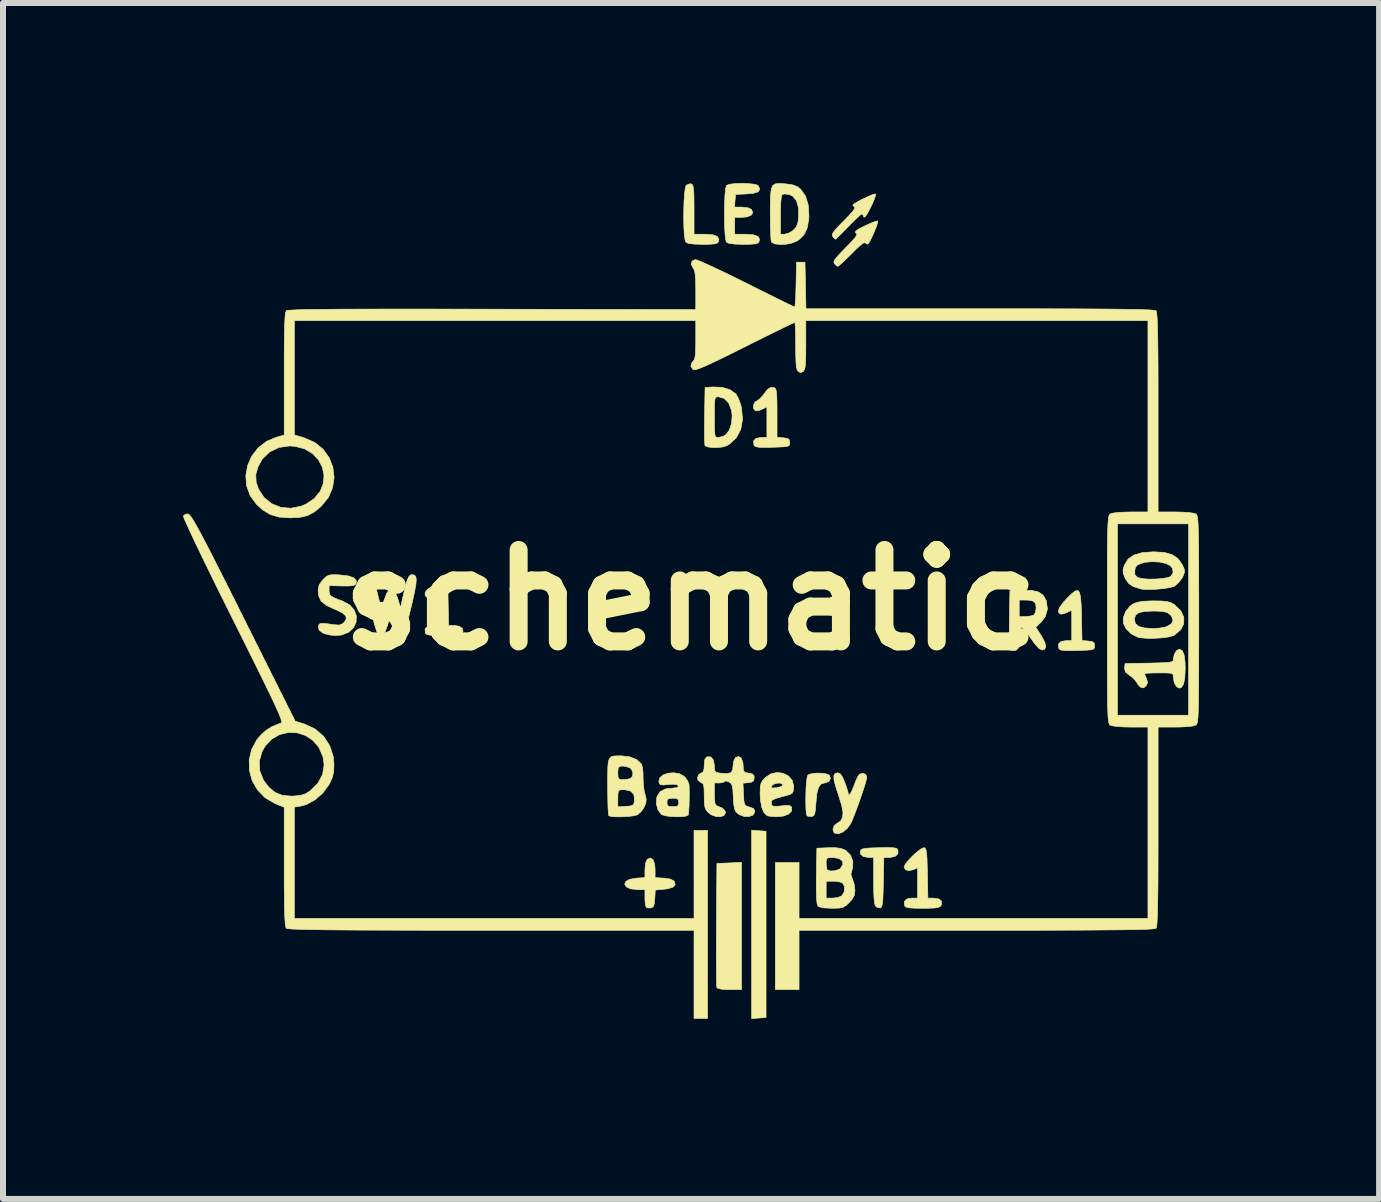
<source format=kicad_pcb>
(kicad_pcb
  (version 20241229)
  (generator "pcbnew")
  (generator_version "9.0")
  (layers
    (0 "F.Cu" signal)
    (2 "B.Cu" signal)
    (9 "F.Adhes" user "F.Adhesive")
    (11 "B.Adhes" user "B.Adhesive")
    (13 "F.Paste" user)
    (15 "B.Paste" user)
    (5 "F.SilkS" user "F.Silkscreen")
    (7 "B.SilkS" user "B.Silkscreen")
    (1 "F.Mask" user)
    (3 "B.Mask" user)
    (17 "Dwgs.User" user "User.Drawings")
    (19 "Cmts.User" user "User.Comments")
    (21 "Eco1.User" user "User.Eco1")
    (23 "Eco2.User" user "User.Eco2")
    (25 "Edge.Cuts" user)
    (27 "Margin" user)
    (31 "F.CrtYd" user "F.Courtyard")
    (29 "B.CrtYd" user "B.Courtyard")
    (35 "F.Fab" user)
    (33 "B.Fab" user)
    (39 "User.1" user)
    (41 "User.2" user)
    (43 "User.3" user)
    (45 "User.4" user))
  (footprint "schematic"
    (layer "F.Cu")
    (at 8.459 6.949)
    (property "Reference" "schematic" (at 0 0 0) (layer "F.SilkS") (effects (font (size 1.524 1.524) (thickness 0.3))))
    (attr through_hole)
    (fp_poly (pts (xy 1.136 3.844) (xy 1.256 3.852) (xy 1.256 6.957) (xy 1.136 6.965) (xy 1.016 6.974) (xy 1.016 3.835) (xy 1.136 3.844)) (stroke (width 0.01) (type solid)) (fill yes) (layer "F.SilkS"))
    (fp_poly (pts (xy 0.847 6.491) (xy 0.648 6.491) (xy 0.523 6.486) (xy 0.453 6.47) (xy 0.436 6.456) (xy 0.433 6.42) (xy 0.431 6.335) (xy 0.429 6.206) (xy 0.428 6.041) (xy 0.428 5.845) (xy 0.429 5.627) (xy 0.43 5.404) (xy 0.437 4.389) (xy 0.847 4.372) (xy 0.847 6.491)) (stroke (width 0.01) (type solid)) (fill yes) (layer "F.SilkS"))
    (fp_poly (pts (xy 2.194 2.886) (xy 2.273 2.9) (xy 2.314 2.921) (xy 2.329 2.974) (xy 2.302 3.022) (xy 2.243 3.047) (xy 2.23 3.048) (xy 2.172 3.065) (xy 2.131 3.12) (xy 2.104 3.218) (xy 2.089 3.367) (xy 2.088 3.37) (xy 2.08 3.484) (xy 2.069 3.553) (xy 2.053 3.59) (xy 2.028 3.604) (xy 2.017 3.607) (xy 1.961 3.605) (xy 1.939 3.595) (xy 1.927 3.555) (xy 1.92 3.474) (xy 1.918 3.366) (xy 1.919 3.245) (xy 1.923 3.125) (xy 1.931 3.021) (xy 1.942 2.946) (xy 1.954 2.915) (xy 2.013 2.893) (xy 2.1 2.884) (xy 2.194 2.886)) (stroke (width 0.01) (type solid)) (fill yes) (layer "F.SilkS"))
    (fp_poly (pts (xy 0.014 -6.933) (xy 0.031 -6.917) (xy 0.043 -6.881) (xy 0.051 -6.816) (xy 0.055 -6.714) (xy 0.056 -6.566) (xy 0.056 -6.506) (xy 0.056 -6.096) (xy 0.236 -6.096) (xy 0.366 -6.087) (xy 0.443 -6.06) (xy 0.471 -6.014) (xy 0.463 -5.973) (xy 0.444 -5.95) (xy 0.402 -5.936) (xy 0.326 -5.929) (xy 0.205 -5.927) (xy 0.2 -5.927) (xy 0.064 -5.931) (xy -0.032 -5.942) (xy -0.079 -5.961) (xy -0.094 -6.004) (xy -0.106 -6.091) (xy -0.113 -6.21) (xy -0.116 -6.348) (xy -0.115 -6.493) (xy -0.111 -6.634) (xy -0.103 -6.758) (xy -0.091 -6.854) (xy -0.076 -6.908) (xy -0.071 -6.914) (xy -0.016 -6.936) (xy 0.014 -6.933)) (stroke (width 0.01) (type solid)) (fill yes) (layer "F.SilkS"))
    (fp_poly (pts (xy 3.362 4.126) (xy 3.416 4.134) (xy 3.444 4.149) (xy 3.454 4.165) (xy 3.454 4.227) (xy 3.407 4.271) (xy 3.323 4.29) (xy 3.313 4.29) (xy 3.219 4.29) (xy 3.211 4.706) (xy 3.207 4.871) (xy 3.202 4.988) (xy 3.194 5.064) (xy 3.183 5.108) (xy 3.168 5.127) (xy 3.16 5.13) (xy 3.104 5.119) (xy 3.083 5.103) (xy 3.067 5.063) (xy 3.056 4.977) (xy 3.05 4.841) (xy 3.048 4.679) (xy 3.048 4.29) (xy 2.97 4.289) (xy 2.878 4.275) (xy 2.83 4.233) (xy 2.827 4.188) (xy 2.837 4.164) (xy 2.863 4.148) (xy 2.915 4.137) (xy 3.004 4.131) (xy 3.137 4.127) (xy 3.272 4.124) (xy 3.362 4.126)) (stroke (width 0.01) (type solid)) (fill yes) (layer "F.SilkS"))
    (fp_poly (pts (xy 6.479 -0.127) (xy 6.497 -0.05) (xy 6.507 0.076) (xy 6.513 0.253) (xy 6.513 0.277) (xy 6.521 0.674) (xy 6.626 0.683) (xy 6.696 0.694) (xy 6.725 0.719) (xy 6.731 0.762) (xy 6.729 0.794) (xy 6.717 0.814) (xy 6.684 0.827) (xy 6.62 0.834) (xy 6.515 0.838) (xy 6.441 0.841) (xy 6.306 0.843) (xy 6.218 0.84) (xy 6.166 0.832) (xy 6.14 0.815) (xy 6.135 0.805) (xy 6.128 0.735) (xy 6.17 0.691) (xy 6.25 0.677) (xy 6.35 0.677) (xy 6.35 0.168) (xy 6.272 0.207) (xy 6.206 0.231) (xy 6.16 0.234) (xy 6.126 0.199) (xy 6.141 0.136) (xy 6.205 0.044) (xy 6.27 -0.027) (xy 6.349 -0.105) (xy 6.408 -0.151) (xy 6.45 -0.159) (xy 6.479 -0.127)) (stroke (width 0.01) (type solid)) (fill yes) (layer "F.SilkS"))
    (fp_poly (pts (xy -0.626 4.328) (xy -0.599 4.403) (xy -0.593 4.489) (xy -0.593 4.625) (xy -0.447 4.634) (xy -0.339 4.649) (xy -0.279 4.681) (xy -0.272 4.691) (xy -0.258 4.746) (xy -0.296 4.785) (xy -0.387 4.812) (xy -0.449 4.819) (xy -0.59 4.833) (xy -0.598 4.978) (xy -0.607 5.065) (xy -0.624 5.111) (xy -0.656 5.129) (xy -0.664 5.131) (xy -0.72 5.129) (xy -0.742 5.119) (xy -0.754 5.081) (xy -0.761 5.007) (xy -0.762 4.962) (xy -0.762 4.826) (xy -0.884 4.826) (xy -0.999 4.813) (xy -1.072 4.779) (xy -1.099 4.735) (xy -1.08 4.689) (xy -1.015 4.653) (xy -0.907 4.634) (xy -0.762 4.625) (xy -0.762 4.489) (xy -0.752 4.384) (xy -0.724 4.322) (xy -0.72 4.318) (xy -0.667 4.298) (xy -0.626 4.328)) (stroke (width 0.01) (type solid)) (fill yes) (layer "F.SilkS"))
    (fp_poly (pts (xy 3.118 -6.317) (xy 3.115 -6.286) (xy 3.092 -6.218) (xy 3.055 -6.125) (xy 3.044 -6.101) (xy 2.997 -6) (xy 2.965 -5.945) (xy 2.942 -5.929) (xy 2.924 -5.942) (xy 2.904 -5.955) (xy 2.873 -5.946) (xy 2.824 -5.909) (xy 2.749 -5.839) (xy 2.682 -5.772) (xy 2.594 -5.685) (xy 2.52 -5.615) (xy 2.469 -5.571) (xy 2.452 -5.56) (xy 2.421 -5.579) (xy 2.398 -5.604) (xy 2.386 -5.628) (xy 2.395 -5.661) (xy 2.43 -5.709) (xy 2.496 -5.782) (xy 2.581 -5.869) (xy 2.677 -5.967) (xy 2.737 -6.035) (xy 2.765 -6.078) (xy 2.767 -6.104) (xy 2.754 -6.115) (xy 2.741 -6.133) (xy 2.762 -6.158) (xy 2.824 -6.196) (xy 2.906 -6.237) (xy 3.001 -6.28) (xy 3.075 -6.309) (xy 3.115 -6.318) (xy 3.118 -6.317)) (stroke (width 0.01) (type solid)) (fill yes) (layer "F.SilkS"))
    (fp_poly (pts (xy 3.079 -6.768) (xy 3.079 -6.74) (xy 3.058 -6.675) (xy 3.019 -6.584) (xy 3.001 -6.547) (xy 2.946 -6.443) (xy 2.908 -6.387) (xy 2.888 -6.381) (xy 2.886 -6.385) (xy 2.866 -6.427) (xy 2.853 -6.435) (xy 2.826 -6.416) (xy 2.769 -6.364) (xy 2.691 -6.289) (xy 2.627 -6.223) (xy 2.541 -6.136) (xy 2.472 -6.066) (xy 2.426 -6.022) (xy 2.414 -6.011) (xy 2.392 -6.03) (xy 2.369 -6.055) (xy 2.358 -6.08) (xy 2.367 -6.112) (xy 2.402 -6.161) (xy 2.467 -6.233) (xy 2.552 -6.319) (xy 2.647 -6.417) (xy 2.706 -6.483) (xy 2.734 -6.525) (xy 2.735 -6.549) (xy 2.719 -6.56) (xy 2.702 -6.576) (xy 2.72 -6.599) (xy 2.78 -6.637) (xy 2.86 -6.679) (xy 2.955 -6.724) (xy 3.032 -6.756) (xy 3.076 -6.768) (xy 3.079 -6.768)) (stroke (width 0.01) (type solid)) (fill yes) (layer "F.SilkS"))
    (fp_poly (pts (xy 3.89 4.126) (xy 3.909 4.136) (xy 3.922 4.164) (xy 3.931 4.217) (xy 3.938 4.305) (xy 3.942 4.435) (xy 3.945 4.551) (xy 3.953 4.967) (xy 4.045 4.967) (xy 4.136 4.981) (xy 4.182 5.018) (xy 4.179 5.075) (xy 4.175 5.084) (xy 4.155 5.108) (xy 4.12 5.124) (xy 4.058 5.132) (xy 3.958 5.136) (xy 3.865 5.136) (xy 3.73 5.135) (xy 3.642 5.129) (xy 3.591 5.117) (xy 3.568 5.098) (xy 3.566 5.094) (xy 3.56 5.024) (xy 3.603 4.981) (xy 3.682 4.967) (xy 3.782 4.967) (xy 3.782 4.46) (xy 3.713 4.492) (xy 3.637 4.51) (xy 3.579 4.494) (xy 3.556 4.448) (xy 3.556 4.447) (xy 3.576 4.403) (xy 3.627 4.338) (xy 3.696 4.266) (xy 3.771 4.198) (xy 3.838 4.148) (xy 3.885 4.126) (xy 3.89 4.126)) (stroke (width 0.01) (type solid)) (fill yes) (layer "F.SilkS"))
    (fp_poly (pts (xy -4.106 -0.417) (xy -4.084 -0.411) (xy -4.069 -0.393) (xy -4.058 -0.356) (xy -4.051 -0.29) (xy -4.046 -0.186) (xy -4.043 -0.038) (xy -4.042 0.007) (xy -4.034 0.423) (xy -3.94 0.423) (xy -3.855 0.437) (xy -3.803 0.473) (xy -3.794 0.522) (xy -3.81 0.55) (xy -3.842 0.571) (xy -3.902 0.584) (xy -4.001 0.591) (xy -4.125 0.593) (xy -4.259 0.591) (xy -4.346 0.585) (xy -4.396 0.573) (xy -4.419 0.554) (xy -4.421 0.55) (xy -4.427 0.481) (xy -4.384 0.437) (xy -4.305 0.423) (xy -4.205 0.423) (xy -4.205 -0.083) (xy -4.274 -0.052) (xy -4.342 -0.034) (xy -4.387 -0.038) (xy -4.425 -0.076) (xy -4.424 -0.129) (xy -4.386 -0.178) (xy -4.366 -0.19) (xy -4.31 -0.232) (xy -4.248 -0.3) (xy -4.232 -0.322) (xy -4.167 -0.396) (xy -4.109 -0.417) (xy -4.106 -0.417)) (stroke (width 0.01) (type solid)) (fill yes) (layer "F.SilkS"))
    (fp_poly (pts (xy 1.394 -3.539) (xy 1.397 -3.538) (xy 1.414 -3.522) (xy 1.426 -3.485) (xy 1.434 -3.419) (xy 1.438 -3.314) (xy 1.439 -3.164) (xy 1.439 -3.117) (xy 1.439 -2.713) (xy 1.545 -2.704) (xy 1.615 -2.693) (xy 1.645 -2.668) (xy 1.651 -2.625) (xy 1.649 -2.593) (xy 1.637 -2.572) (xy 1.604 -2.56) (xy 1.54 -2.553) (xy 1.435 -2.548) (xy 1.361 -2.546) (xy 1.226 -2.544) (xy 1.138 -2.546) (xy 1.086 -2.555) (xy 1.06 -2.571) (xy 1.055 -2.581) (xy 1.048 -2.652) (xy 1.09 -2.695) (xy 1.17 -2.709) (xy 1.27 -2.709) (xy 1.27 -3.219) (xy 1.192 -3.18) (xy 1.126 -3.155) (xy 1.079 -3.153) (xy 1.049 -3.189) (xy 1.046 -3.245) (xy 1.07 -3.297) (xy 1.098 -3.315) (xy 1.147 -3.348) (xy 1.204 -3.41) (xy 1.218 -3.43) (xy 1.282 -3.51) (xy 1.337 -3.544) (xy 1.394 -3.539)) (stroke (width 0.01) (type solid)) (fill yes) (layer "F.SilkS"))
    (fp_poly (pts (xy 2.492 2.895) (xy 2.53 2.949) (xy 2.566 3.035) (xy 2.598 3.123) (xy 2.619 3.191) (xy 2.625 3.218) (xy 2.633 3.25) (xy 2.656 3.235) (xy 2.687 3.18) (xy 2.722 3.092) (xy 2.722 3.09) (xy 2.757 3) (xy 2.792 2.93) (xy 2.813 2.903) (xy 2.868 2.885) (xy 2.917 2.907) (xy 2.935 2.955) (xy 2.925 3.002) (xy 2.9 3.089) (xy 2.863 3.203) (xy 2.819 3.331) (xy 2.773 3.461) (xy 2.728 3.58) (xy 2.69 3.675) (xy 2.667 3.725) (xy 2.608 3.807) (xy 2.535 3.866) (xy 2.461 3.895) (xy 2.4 3.885) (xy 2.389 3.876) (xy 2.37 3.822) (xy 2.39 3.762) (xy 2.436 3.723) (xy 2.498 3.682) (xy 2.532 3.623) (xy 2.538 3.538) (xy 2.516 3.421) (xy 2.467 3.262) (xy 2.463 3.249) (xy 2.414 3.099) (xy 2.388 2.994) (xy 2.386 2.926) (xy 2.406 2.89) (xy 2.449 2.879) (xy 2.452 2.879) (xy 2.492 2.895)) (stroke (width 0.01) (type solid)) (fill yes) (layer "F.SilkS"))
    (fp_poly (pts (xy 0.947 -6.941) (xy 1.044 -6.931) (xy 1.11 -6.915) (xy 1.126 -6.904) (xy 1.153 -6.847) (xy 1.126 -6.805) (xy 1.046 -6.778) (xy 0.936 -6.768) (xy 0.748 -6.759) (xy 0.739 -6.653) (xy 0.73 -6.548) (xy 0.856 -6.548) (xy 0.953 -6.537) (xy 1.013 -6.509) (xy 1.016 -6.505) (xy 1.035 -6.453) (xy 1.005 -6.411) (xy 0.932 -6.384) (xy 0.857 -6.378) (xy 0.734 -6.378) (xy 0.734 -6.096) (xy 0.914 -6.096) (xy 1.043 -6.087) (xy 1.12 -6.06) (xy 1.148 -6.014) (xy 1.14 -5.973) (xy 1.122 -5.95) (xy 1.08 -5.936) (xy 1.003 -5.929) (xy 0.882 -5.927) (xy 0.878 -5.927) (xy 0.741 -5.931) (xy 0.646 -5.942) (xy 0.598 -5.961) (xy 0.585 -6.002) (xy 0.574 -6.088) (xy 0.567 -6.205) (xy 0.563 -6.343) (xy 0.563 -6.488) (xy 0.566 -6.629) (xy 0.572 -6.753) (xy 0.582 -6.848) (xy 0.594 -6.903) (xy 0.598 -6.909) (xy 0.646 -6.928) (xy 0.731 -6.939) (xy 0.837 -6.944) (xy 0.947 -6.941)) (stroke (width 0.01) (type solid)) (fill yes) (layer "F.SilkS"))
    (fp_poly (pts (xy 0.521 -3.545) (xy 0.653 -3.506) (xy 0.748 -3.439) (xy 0.759 -3.427) (xy 0.797 -3.357) (xy 0.832 -3.26) (xy 0.847 -3.202) (xy 0.864 -3.011) (xy 0.835 -2.844) (xy 0.761 -2.704) (xy 0.645 -2.597) (xy 0.602 -2.572) (xy 0.534 -2.551) (xy 0.445 -2.541) (xy 0.354 -2.542) (xy 0.28 -2.553) (xy 0.24 -2.574) (xy 0.238 -2.576) (xy 0.234 -2.616) (xy 0.231 -2.701) (xy 0.23 -2.822) (xy 0.231 -2.969) (xy 0.232 -3.048) (xy 0.395 -3.048) (xy 0.395 -2.905) (xy 0.398 -2.81) (xy 0.404 -2.752) (xy 0.415 -2.722) (xy 0.434 -2.711) (xy 0.463 -2.709) (xy 0.536 -2.727) (xy 0.591 -2.759) (xy 0.647 -2.836) (xy 0.682 -2.947) (xy 0.691 -3.076) (xy 0.679 -3.168) (xy 0.633 -3.283) (xy 0.56 -3.358) (xy 0.467 -3.387) (xy 0.463 -3.387) (xy 0.434 -3.385) (xy 0.415 -3.374) (xy 0.404 -3.344) (xy 0.398 -3.286) (xy 0.395 -3.19) (xy 0.395 -3.048) (xy 0.232 -3.048) (xy 0.232 -3.077) (xy 0.24 -3.542) (xy 0.367 -3.551) (xy 0.521 -3.545)) (stroke (width 0.01) (type solid)) (fill yes) (layer "F.SilkS"))
    (fp_poly (pts (xy 1.546 -6.938) (xy 1.584 -6.935) (xy 1.697 -6.919) (xy 1.775 -6.89) (xy 1.834 -6.844) (xy 1.914 -6.731) (xy 1.96 -6.58) (xy 1.971 -6.4) (xy 1.968 -6.348) (xy 1.942 -6.199) (xy 1.89 -6.089) (xy 1.805 -6.005) (xy 1.769 -5.982) (xy 1.689 -5.949) (xy 1.59 -5.929) (xy 1.49 -5.925) (xy 1.405 -5.934) (xy 1.351 -5.959) (xy 1.344 -5.971) (xy 1.338 -6.014) (xy 1.333 -6.102) (xy 1.329 -6.225) (xy 1.327 -6.371) (xy 1.327 -6.419) (xy 1.496 -6.419) (xy 1.496 -6.096) (xy 1.565 -6.096) (xy 1.633 -6.114) (xy 1.706 -6.158) (xy 1.71 -6.162) (xy 1.759 -6.216) (xy 1.786 -6.286) (xy 1.799 -6.381) (xy 1.797 -6.535) (xy 1.763 -6.654) (xy 1.701 -6.731) (xy 1.64 -6.758) (xy 1.57 -6.767) (xy 1.525 -6.76) (xy 1.512 -6.725) (xy 1.503 -6.642) (xy 1.497 -6.523) (xy 1.496 -6.419) (xy 1.327 -6.419) (xy 1.326 -6.448) (xy 1.327 -6.629) (xy 1.332 -6.76) (xy 1.344 -6.85) (xy 1.367 -6.906) (xy 1.406 -6.934) (xy 1.465 -6.942) (xy 1.546 -6.938)) (stroke (width 0.01) (type solid)) (fill yes) (layer "F.SilkS"))
    (fp_poly (pts (xy 7.846 0.016) (xy 7.933 0.024) (xy 7.995 0.04) (xy 8.048 0.068) (xy 8.065 0.08) (xy 8.167 0.179) (xy 8.218 0.287) (xy 8.216 0.396) (xy 8.164 0.497) (xy 8.061 0.583) (xy 8.046 0.591) (xy 7.974 0.613) (xy 7.866 0.629) (xy 7.738 0.637) (xy 7.61 0.638) (xy 7.501 0.629) (xy 7.451 0.619) (xy 7.343 0.565) (xy 7.256 0.479) (xy 7.209 0.384) (xy 7.21 0.325) (xy 7.394 0.325) (xy 7.411 0.393) (xy 7.465 0.439) (xy 7.562 0.465) (xy 7.705 0.475) (xy 7.81 0.468) (xy 7.911 0.449) (xy 7.93 0.443) (xy 8.01 0.397) (xy 8.038 0.336) (xy 8.012 0.268) (xy 7.985 0.238) (xy 7.941 0.209) (xy 7.88 0.192) (xy 7.788 0.185) (xy 7.706 0.183) (xy 7.563 0.19) (xy 7.469 0.21) (xy 7.415 0.249) (xy 7.395 0.308) (xy 7.394 0.325) (xy 7.21 0.325) (xy 7.211 0.289) (xy 7.251 0.188) (xy 7.321 0.102) (xy 7.371 0.065) (xy 7.44 0.038) (xy 7.53 0.021) (xy 7.657 0.015) (xy 7.719 0.014) (xy 7.846 0.016)) (stroke (width 0.01) (type solid)) (fill yes) (layer "F.SilkS"))
    (fp_poly (pts (xy 8.189 0.841) (xy 8.221 0.91) (xy 8.238 1.029) (xy 8.241 1.143) (xy 8.234 1.298) (xy 8.213 1.402) (xy 8.177 1.457) (xy 8.142 1.468) (xy 8.095 1.442) (xy 8.059 1.378) (xy 8.043 1.291) (xy 8.043 1.286) (xy 8.041 1.251) (xy 8.028 1.23) (xy 7.992 1.218) (xy 7.922 1.214) (xy 7.807 1.214) (xy 7.803 1.214) (xy 7.695 1.215) (xy 7.612 1.219) (xy 7.568 1.224) (xy 7.564 1.226) (xy 7.574 1.259) (xy 7.596 1.31) (xy 7.614 1.375) (xy 7.594 1.423) (xy 7.592 1.424) (xy 7.549 1.463) (xy 7.507 1.456) (xy 7.49 1.446) (xy 7.453 1.406) (xy 7.426 1.363) (xy 7.379 1.306) (xy 7.311 1.252) (xy 7.308 1.251) (xy 7.247 1.201) (xy 7.23 1.145) (xy 7.231 1.129) (xy 7.239 1.058) (xy 7.641 1.051) (xy 7.799 1.047) (xy 7.909 1.043) (xy 7.98 1.036) (xy 8.02 1.027) (xy 8.039 1.012) (xy 8.043 0.991) (xy 8.043 0.985) (xy 8.058 0.907) (xy 8.095 0.844) (xy 8.141 0.818) (xy 8.142 0.818) (xy 8.189 0.841)) (stroke (width 0.01) (type solid)) (fill yes) (layer "F.SilkS"))
    (fp_poly (pts (xy -5.881 -0.421) (xy -5.841 -0.418) (xy -5.698 -0.401) (xy -5.607 -0.367) (xy -5.57 -0.317) (xy -5.575 -0.275) (xy -5.595 -0.252) (xy -5.639 -0.239) (xy -5.718 -0.234) (xy -5.809 -0.235) (xy -6.025 -0.24) (xy -6.025 -0.158) (xy -6.021 -0.11) (xy -6.002 -0.075) (xy -5.957 -0.044) (xy -5.875 -0.01) (xy -5.804 0.015) (xy -5.683 0.08) (xy -5.605 0.168) (xy -5.57 0.268) (xy -5.575 0.369) (xy -5.619 0.462) (xy -5.7 0.537) (xy -5.815 0.582) (xy -5.911 0.592) (xy -6.013 0.582) (xy -6.104 0.56) (xy -6.133 0.547) (xy -6.193 0.499) (xy -6.204 0.443) (xy -6.195 0.41) (xy -6.175 0.393) (xy -6.13 0.388) (xy -6.051 0.395) (xy -5.94 0.411) (xy -5.858 0.417) (xy -5.804 0.397) (xy -5.772 0.368) (xy -5.739 0.313) (xy -5.747 0.265) (xy -5.801 0.216) (xy -5.905 0.164) (xy -5.956 0.143) (xy -6.081 0.082) (xy -6.159 0.016) (xy -6.199 -0.069) (xy -6.208 -0.164) (xy -6.19 -0.255) (xy -6.126 -0.342) (xy -6.123 -0.344) (xy -6.075 -0.389) (xy -6.03 -0.414) (xy -5.971 -0.422) (xy -5.881 -0.421)) (stroke (width 0.01) (type solid)) (fill yes) (layer "F.SilkS"))
    (fp_poly (pts (xy 1.543 2.887) (xy 1.632 2.933) (xy 1.694 3.007) (xy 1.717 3.106) (xy 1.716 3.126) (xy 1.709 3.183) (xy 1.692 3.218) (xy 1.651 3.241) (xy 1.574 3.263) (xy 1.524 3.275) (xy 1.429 3.303) (xy 1.364 3.331) (xy 1.343 3.353) (xy 1.35 3.411) (xy 1.35 3.418) (xy 1.377 3.436) (xy 1.454 3.436) (xy 1.51 3.43) (xy 1.602 3.421) (xy 1.653 3.426) (xy 1.678 3.447) (xy 1.684 3.46) (xy 1.681 3.517) (xy 1.632 3.566) (xy 1.548 3.599) (xy 1.443 3.61) (xy 1.357 3.606) (xy 1.292 3.598) (xy 1.276 3.594) (xy 1.223 3.544) (xy 1.183 3.449) (xy 1.161 3.319) (xy 1.157 3.231) (xy 1.16 3.126) (xy 1.16 3.123) (xy 1.336 3.123) (xy 1.365 3.132) (xy 1.372 3.132) (xy 1.444 3.125) (xy 1.488 3.115) (xy 1.531 3.093) (xy 1.536 3.073) (xy 1.494 3.05) (xy 1.429 3.052) (xy 1.37 3.076) (xy 1.355 3.09) (xy 1.336 3.123) (xy 1.16 3.123) (xy 1.171 3.058) (xy 1.198 3.008) (xy 1.24 2.961) (xy 1.335 2.897) (xy 1.44 2.873) (xy 1.543 2.887)) (stroke (width 0.01) (type solid)) (fill yes) (layer "F.SilkS"))
    (fp_poly (pts (xy -0.188 2.894) (xy -0.108 2.938) (xy -0.097 2.948) (xy -0.049 3.014) (xy -0.026 3.079) (xy -0.026 3.082) (xy -0.023 3.198) (xy -0.024 3.321) (xy -0.027 3.435) (xy -0.033 3.525) (xy -0.04 3.578) (xy -0.042 3.584) (xy -0.081 3.601) (xy -0.157 3.61) (xy -0.253 3.611) (xy -0.352 3.605) (xy -0.437 3.592) (xy -0.488 3.572) (xy -0.544 3.498) (xy -0.572 3.396) (xy -0.57 3.373) (xy -0.395 3.373) (xy -0.388 3.42) (xy -0.355 3.44) (xy -0.296 3.443) (xy -0.23 3.438) (xy -0.202 3.414) (xy -0.198 3.373) (xy -0.205 3.325) (xy -0.238 3.305) (xy -0.296 3.302) (xy -0.363 3.307) (xy -0.39 3.331) (xy -0.395 3.373) (xy -0.57 3.373) (xy -0.565 3.29) (xy -0.559 3.271) (xy -0.507 3.191) (xy -0.415 3.146) (xy -0.292 3.133) (xy -0.222 3.125) (xy -0.204 3.1) (xy -0.205 3.097) (xy -0.229 3.076) (xy -0.287 3.069) (xy -0.388 3.075) (xy -0.452 3.082) (xy -0.508 3.076) (xy -0.53 3.034) (xy -0.531 3.03) (xy -0.516 2.964) (xy -0.461 2.915) (xy -0.378 2.886) (xy -0.283 2.878) (xy -0.188 2.894)) (stroke (width 0.01) (type solid)) (fill yes) (layer "F.SilkS"))
    (fp_poly (pts (xy 5.683 -0.16) (xy 5.797 -0.134) (xy 5.875 -0.08) (xy 5.923 0.004) (xy 5.927 0.014) (xy 5.945 0.151) (xy 5.909 0.278) (xy 5.835 0.373) (xy 5.751 0.452) (xy 5.841 0.592) (xy 5.9 0.7) (xy 5.918 0.779) (xy 5.896 0.823) (xy 5.856 0.833) (xy 5.805 0.807) (xy 5.736 0.732) (xy 5.673 0.643) (xy 5.609 0.555) (xy 5.554 0.488) (xy 5.516 0.454) (xy 5.51 0.453) (xy 5.487 0.477) (xy 5.476 0.552) (xy 5.475 0.604) (xy 5.472 0.699) (xy 5.464 0.775) (xy 5.458 0.802) (xy 5.421 0.838) (xy 5.367 0.844) (xy 5.324 0.82) (xy 5.318 0.81) (xy 5.314 0.771) (xy 5.311 0.686) (xy 5.31 0.564) (xy 5.311 0.417) (xy 5.312 0.309) (xy 5.317 0) (xy 5.475 0) (xy 5.475 0.277) (xy 5.581 0.275) (xy 5.66 0.267) (xy 5.717 0.249) (xy 5.722 0.246) (xy 5.747 0.201) (xy 5.757 0.129) (xy 5.757 0.127) (xy 5.747 0.057) (xy 5.709 0.018) (xy 5.633 0.002) (xy 5.572 0) (xy 5.475 0) (xy 5.317 0) (xy 5.32 -0.155) (xy 5.524 -0.163) (xy 5.683 -0.16)) (stroke (width 0.01) (type solid)) (fill yes) (layer "F.SilkS"))
    (fp_poly (pts (xy 7.893 -0.793) (xy 8.024 -0.756) (xy 8.12 -0.691) (xy 8.19 -0.592) (xy 8.194 -0.584) (xy 8.225 -0.515) (xy 8.23 -0.465) (xy 8.209 -0.408) (xy 8.192 -0.373) (xy 8.136 -0.295) (xy 8.069 -0.236) (xy 8.055 -0.228) (xy 7.986 -0.208) (xy 7.879 -0.191) (xy 7.756 -0.18) (xy 7.634 -0.176) (xy 7.533 -0.18) (xy 7.493 -0.187) (xy 7.376 -0.225) (xy 7.299 -0.276) (xy 7.247 -0.35) (xy 7.238 -0.368) (xy 7.208 -0.446) (xy 7.206 -0.49) (xy 7.4 -0.49) (xy 7.402 -0.423) (xy 7.436 -0.386) (xy 7.47 -0.37) (xy 7.544 -0.355) (xy 7.648 -0.348) (xy 7.764 -0.351) (xy 7.874 -0.36) (xy 7.96 -0.377) (xy 8 -0.394) (xy 8.04 -0.457) (xy 8.028 -0.529) (xy 7.993 -0.573) (xy 7.921 -0.61) (xy 7.814 -0.633) (xy 7.692 -0.64) (xy 7.575 -0.63) (xy 7.521 -0.616) (xy 7.447 -0.585) (xy 7.412 -0.546) (xy 7.4 -0.49) (xy 7.206 -0.49) (xy 7.205 -0.507) (xy 7.227 -0.58) (xy 7.228 -0.582) (xy 7.289 -0.682) (xy 7.386 -0.75) (xy 7.525 -0.79) (xy 7.71 -0.804) (xy 7.719 -0.804) (xy 7.893 -0.793)) (stroke (width 0.01) (type solid)) (fill yes) (layer "F.SilkS"))
    (fp_poly (pts (xy -4.605 -0.417) (xy -4.581 -0.392) (xy -4.572 -0.341) (xy -4.579 -0.259) (xy -4.601 -0.137) (xy -4.638 0.031) (xy -4.644 0.057) (xy -4.689 0.243) (xy -4.725 0.382) (xy -4.754 0.479) (xy -4.778 0.541) (xy -4.801 0.576) (xy -4.824 0.591) (xy -4.839 0.593) (xy -4.889 0.566) (xy -4.929 0.486) (xy -4.954 0.388) (xy -4.971 0.32) (xy -4.99 0.284) (xy -4.994 0.282) (xy -5.013 0.307) (xy -5.037 0.371) (xy -5.055 0.43) (xy -5.093 0.533) (xy -5.138 0.584) (xy -5.187 0.582) (xy -5.216 0.557) (xy -5.235 0.514) (xy -5.262 0.429) (xy -5.294 0.313) (xy -5.328 0.177) (xy -5.362 0.035) (xy -5.392 -0.104) (xy -5.417 -0.227) (xy -5.433 -0.321) (xy -5.437 -0.377) (xy -5.436 -0.384) (xy -5.397 -0.416) (xy -5.357 -0.418) (xy -5.326 -0.407) (xy -5.301 -0.378) (xy -5.277 -0.319) (xy -5.249 -0.223) (xy -5.224 -0.127) (xy -5.154 0.155) (xy -5.11 0.008) (xy -5.065 -0.113) (xy -5.019 -0.178) (xy -4.974 -0.186) (xy -4.928 -0.138) (xy -4.884 -0.034) (xy -4.873 0.001) (xy -4.835 0.127) (xy -4.785 -0.099) (xy -4.75 -0.243) (xy -4.721 -0.339) (xy -4.693 -0.395) (xy -4.664 -0.42) (xy -4.645 -0.423) (xy -4.605 -0.417)) (stroke (width 0.01) (type solid)) (fill yes) (layer "F.SilkS"))
    (fp_poly (pts (xy 2.505 4.139) (xy 2.573 4.166) (xy 2.588 4.175) (xy 2.664 4.252) (xy 2.703 4.356) (xy 2.699 4.466) (xy 2.686 4.503) (xy 2.67 4.571) (xy 2.695 4.646) (xy 2.696 4.649) (xy 2.724 4.731) (xy 2.737 4.828) (xy 2.737 4.836) (xy 2.727 4.919) (xy 2.687 4.99) (xy 2.642 5.04) (xy 2.587 5.091) (xy 2.538 5.12) (xy 2.476 5.133) (xy 2.381 5.136) (xy 2.349 5.136) (xy 2.218 5.13) (xy 2.14 5.112) (xy 2.119 5.097) (xy 2.106 5.054) (xy 2.097 4.963) (xy 2.093 4.82) (xy 2.094 4.685) (xy 2.258 4.685) (xy 2.258 4.967) (xy 2.369 4.967) (xy 2.456 4.956) (xy 2.519 4.927) (xy 2.524 4.923) (xy 2.561 4.854) (xy 2.563 4.774) (xy 2.534 4.719) (xy 2.487 4.698) (xy 2.408 4.686) (xy 2.379 4.685) (xy 2.258 4.685) (xy 2.094 4.685) (xy 2.094 4.624) (xy 2.095 4.596) (xy 2.098 4.384) (xy 2.258 4.384) (xy 2.263 4.454) (xy 2.275 4.495) (xy 2.277 4.497) (xy 2.327 4.515) (xy 2.401 4.511) (xy 2.471 4.489) (xy 2.496 4.471) (xy 2.537 4.405) (xy 2.527 4.348) (xy 2.471 4.307) (xy 2.375 4.29) (xy 2.365 4.29) (xy 2.295 4.293) (xy 2.265 4.314) (xy 2.258 4.366) (xy 2.258 4.384) (xy 2.098 4.384) (xy 2.103 4.135) (xy 2.3 4.127) (xy 2.421 4.127) (xy 2.505 4.139)) (stroke (width 0.01) (type solid)) (fill yes) (layer "F.SilkS"))
    (fp_poly (pts (xy -1.153 2.596) (xy -1.013 2.613) (xy -0.899 2.658) (xy -0.825 2.727) (xy -0.818 2.738) (xy -0.802 2.797) (xy -0.793 2.888) (xy -0.793 2.956) (xy -0.789 3.071) (xy -0.774 3.183) (xy -0.762 3.232) (xy -0.741 3.316) (xy -0.746 3.381) (xy -0.773 3.447) (xy -0.823 3.522) (xy -0.882 3.575) (xy -0.892 3.58) (xy -0.951 3.595) (xy -1.041 3.606) (xy -1.145 3.612) (xy -1.245 3.612) (xy -1.324 3.606) (xy -1.364 3.594) (xy -1.37 3.56) (xy -1.376 3.481) (xy -1.38 3.364) (xy -1.381 3.304) (xy -1.214 3.304) (xy -1.214 3.446) (xy -1.079 3.438) (xy -0.998 3.43) (xy -0.958 3.413) (xy -0.941 3.375) (xy -0.936 3.331) (xy -0.946 3.24) (xy -0.999 3.184) (xy -1.096 3.161) (xy -1.12 3.161) (xy -1.175 3.163) (xy -1.203 3.18) (xy -1.212 3.226) (xy -1.214 3.304) (xy -1.381 3.304) (xy -1.382 3.22) (xy -1.383 3.103) (xy -1.383 2.922) (xy -1.382 2.879) (xy -1.214 2.879) (xy -1.21 2.951) (xy -1.192 2.983) (xy -1.148 2.991) (xy -1.131 2.992) (xy -1.055 2.986) (xy -1.004 2.974) (xy -0.968 2.935) (xy -0.963 2.875) (xy -0.988 2.817) (xy -1.014 2.795) (xy -1.086 2.772) (xy -1.141 2.766) (xy -1.188 2.772) (xy -1.208 2.8) (xy -1.214 2.866) (xy -1.214 2.879) (xy -1.382 2.879) (xy -1.381 2.791) (xy -1.373 2.7) (xy -1.355 2.643) (xy -1.325 2.612) (xy -1.279 2.599) (xy -1.213 2.596) (xy -1.153 2.596)) (stroke (width 0.01) (type solid)) (fill yes) (layer "F.SilkS"))
    (fp_poly (pts (xy 0.843 2.636) (xy 0.87 2.707) (xy 0.875 2.767) (xy 0.879 2.838) (xy 0.901 2.871) (xy 0.955 2.883) (xy 0.967 2.884) (xy 1.031 2.898) (xy 1.056 2.931) (xy 1.058 2.963) (xy 1.049 3.013) (xy 1.009 3.036) (xy 0.965 3.043) (xy 0.872 3.052) (xy 0.881 3.239) (xy 0.886 3.339) (xy 0.896 3.397) (xy 0.918 3.427) (xy 0.958 3.443) (xy 0.983 3.45) (xy 1.047 3.474) (xy 1.068 3.511) (xy 1.067 3.536) (xy 1.036 3.585) (xy 0.971 3.608) (xy 0.889 3.606) (xy 0.81 3.575) (xy 0.788 3.56) (xy 0.753 3.525) (xy 0.731 3.48) (xy 0.719 3.409) (xy 0.711 3.299) (xy 0.71 3.283) (xy 0.704 3.17) (xy 0.694 3.1) (xy 0.676 3.06) (xy 0.647 3.036) (xy 0.632 3.029) (xy 0.583 3.014) (xy 0.564 3.022) (xy 0.54 3.04) (xy 0.481 3.048) (xy 0.48 3.048) (xy 0.395 3.048) (xy 0.395 3.232) (xy 0.398 3.336) (xy 0.408 3.396) (xy 0.429 3.425) (xy 0.445 3.432) (xy 0.532 3.469) (xy 0.573 3.513) (xy 0.579 3.545) (xy 0.556 3.59) (xy 0.498 3.61) (xy 0.423 3.607) (xy 0.346 3.58) (xy 0.297 3.545) (xy 0.259 3.501) (xy 0.238 3.453) (xy 0.228 3.382) (xy 0.226 3.273) (xy 0.226 3.264) (xy 0.224 3.155) (xy 0.217 3.09) (xy 0.201 3.056) (xy 0.174 3.041) (xy 0.169 3.04) (xy 0.122 3.002) (xy 0.113 2.963) (xy 0.136 2.905) (xy 0.169 2.887) (xy 0.206 2.865) (xy 0.223 2.816) (xy 0.226 2.751) (xy 0.234 2.662) (xy 0.262 2.618) (xy 0.272 2.613) (xy 0.333 2.613) (xy 0.376 2.661) (xy 0.395 2.749) (xy 0.395 2.766) (xy 0.399 2.836) (xy 0.423 2.869) (xy 0.482 2.883) (xy 0.501 2.885) (xy 0.607 2.892) (xy 0.67 2.877) (xy 0.699 2.834) (xy 0.706 2.766) (xy 0.717 2.684) (xy 0.744 2.628) (xy 0.748 2.625) (xy 0.8 2.606) (xy 0.843 2.636)) (stroke (width 0.01) (type solid)) (fill yes) (layer "F.SilkS"))
    (fp_poly (pts (xy -8.359 -1.426) (xy -8.338 -1.403) (xy -8.308 -1.362) (xy -8.27 -1.3) (xy -8.221 -1.213) (xy -8.158 -1.098) (xy -8.081 -0.952) (xy -7.988 -0.771) (xy -7.877 -0.552) (xy -7.745 -0.291) (xy -7.592 0.013) (xy -7.451 0.297) (xy -6.59 2.019) (xy -6.435 2.066) (xy -6.259 2.148) (xy -6.116 2.271) (xy -6.014 2.428) (xy -5.955 2.611) (xy -5.944 2.739) (xy -5.949 2.859) (xy -5.969 2.952) (xy -6.013 3.049) (xy -6.029 3.078) (xy -6.129 3.215) (xy -6.258 3.328) (xy -6.4 3.406) (xy -6.495 3.433) (xy -6.604 3.45) (xy -6.604 5.306) (xy 0.056 5.306) (xy 0.056 3.838) (xy 0.282 3.838) (xy 0.282 6.971) (xy 0.056 6.971) (xy 0.056 5.503) (xy -3.325 5.503) (xy -3.86 5.503) (xy -4.341 5.503) (xy -4.77 5.502) (xy -5.15 5.501) (xy -5.482 5.5) (xy -5.77 5.498) (xy -6.015 5.496) (xy -6.221 5.493) (xy -6.388 5.49) (xy -6.52 5.487) (xy -6.619 5.483) (xy -6.687 5.479) (xy -6.727 5.474) (xy -6.739 5.469) (xy -6.749 5.444) (xy -6.757 5.385) (xy -6.763 5.289) (xy -6.768 5.152) (xy -6.771 4.97) (xy -6.773 4.74) (xy -6.773 4.458) (xy -6.773 4.445) (xy -6.773 3.453) (xy -6.929 3.389) (xy -7.093 3.293) (xy -7.219 3.163) (xy -7.307 3.009) (xy -7.353 2.838) (xy -7.356 2.687) (xy -7.189 2.687) (xy -7.179 2.849) (xy -7.117 3.004) (xy -7.033 3.115) (xy -6.927 3.204) (xy -6.809 3.253) (xy -6.663 3.267) (xy -6.614 3.266) (xy -6.498 3.254) (xy -6.413 3.226) (xy -6.339 3.179) (xy -6.211 3.051) (xy -6.133 2.905) (xy -6.108 2.745) (xy -6.126 2.616) (xy -6.193 2.459) (xy -6.294 2.339) (xy -6.419 2.256) (xy -6.56 2.212) (xy -6.707 2.207) (xy -6.851 2.242) (xy -6.983 2.318) (xy -7.092 2.436) (xy -7.143 2.526) (xy -7.189 2.687) (xy -7.356 2.687) (xy -7.357 2.661) (xy -7.315 2.488) (xy -7.228 2.326) (xy -7.16 2.247) (xy -7.069 2.166) (xy -6.976 2.109) (xy -6.858 2.061) (xy -6.822 2.049) (xy -6.815 2.04) (xy -6.817 2.018) (xy -6.828 1.978) (xy -6.851 1.918) (xy -6.887 1.835) (xy -6.937 1.725) (xy -7.004 1.584) (xy -7.089 1.409) (xy -7.193 1.197) (xy -7.318 0.945) (xy -7.465 0.649) (xy -7.621 0.336) (xy -7.765 0.047) (xy -7.901 -0.227) (xy -8.026 -0.483) (xy -8.14 -0.716) (xy -8.239 -0.922) (xy -8.322 -1.097) (xy -8.386 -1.237) (xy -8.431 -1.336) (xy -8.453 -1.392) (xy -8.454 -1.402) (xy -8.417 -1.432) (xy -8.375 -1.434) (xy -8.359 -1.426)) (stroke (width 0.01) (type solid)) (fill yes) (layer "F.SilkS"))
    (fp_poly (pts (xy 0.123 -5.66) (xy 0.205 -5.626) (xy 0.325 -5.571) (xy 0.475 -5.501) (xy 0.649 -5.417) (xy 0.84 -5.323) (xy 0.931 -5.278) (xy 1.126 -5.18) (xy 1.304 -5.092) (xy 1.459 -5.015) (xy 1.586 -4.953) (xy 1.677 -4.909) (xy 1.727 -4.885) (xy 1.735 -4.882) (xy 1.74 -4.909) (xy 1.746 -4.981) (xy 1.751 -5.09) (xy 1.755 -5.223) (xy 1.756 -5.256) (xy 1.764 -5.63) (xy 1.905 -5.63) (xy 1.913 -5.242) (xy 1.921 -4.854) (xy 4.821 -4.854) (xy 5.315 -4.854) (xy 5.756 -4.854) (xy 6.145 -4.853) (xy 6.485 -4.852) (xy 6.778 -4.85) (xy 7.028 -4.848) (xy 7.236 -4.845) (xy 7.406 -4.842) (xy 7.539 -4.839) (xy 7.638 -4.835) (xy 7.705 -4.83) (xy 7.744 -4.825) (xy 7.755 -4.82) (xy 7.763 -4.799) (xy 7.769 -4.747) (xy 7.775 -4.664) (xy 7.779 -4.544) (xy 7.783 -4.386) (xy 7.786 -4.185) (xy 7.788 -3.939) (xy 7.789 -3.644) (xy 7.789 -3.297) (xy 7.789 -3.127) (xy 7.789 -1.468) (xy 8.073 -1.468) (xy 8.2 -1.465) (xy 8.31 -1.457) (xy 8.387 -1.446) (xy 8.412 -1.438) (xy 8.423 -1.431) (xy 8.433 -1.418) (xy 8.441 -1.397) (xy 8.448 -1.362) (xy 8.453 -1.309) (xy 8.457 -1.234) (xy 8.46 -1.134) (xy 8.463 -1.003) (xy 8.465 -0.838) (xy 8.466 -0.633) (xy 8.466 -0.386) (xy 8.467 -0.092) (xy 8.467 0.254) (xy 8.467 0.325) (xy 8.467 0.68) (xy 8.466 0.984) (xy 8.466 1.24) (xy 8.465 1.452) (xy 8.463 1.624) (xy 8.461 1.761) (xy 8.458 1.867) (xy 8.454 1.946) (xy 8.449 2.002) (xy 8.442 2.04) (xy 8.434 2.064) (xy 8.425 2.078) (xy 8.414 2.086) (xy 8.412 2.087) (xy 8.361 2.1) (xy 8.269 2.11) (xy 8.151 2.116) (xy 8.073 2.117) (xy 7.789 2.117) (xy 7.789 3.776) (xy 7.789 4.147) (xy 7.788 4.464) (xy 7.787 4.731) (xy 7.784 4.952) (xy 7.781 5.128) (xy 7.777 5.265) (xy 7.772 5.364) (xy 7.766 5.429) (xy 7.759 5.463) (xy 7.755 5.469) (xy 7.737 5.475) (xy 7.691 5.48) (xy 7.616 5.485) (xy 7.509 5.489) (xy 7.367 5.492) (xy 7.189 5.495) (xy 6.971 5.497) (xy 6.712 5.499) (xy 6.408 5.501) (xy 6.057 5.502) (xy 5.657 5.503) (xy 5.205 5.503) (xy 4.764 5.503) (xy 1.806 5.503) (xy 1.806 6.491) (xy 1.411 6.491) (xy 1.411 4.374) (xy 1.806 4.374) (xy 1.806 5.306) (xy 7.62 5.306) (xy 7.62 2.117) (xy 7.336 2.117) (xy 7.209 2.114) (xy 7.1 2.106) (xy 7.022 2.095) (xy 6.997 2.087) (xy 6.986 2.08) (xy 6.976 2.067) (xy 6.968 2.046) (xy 6.962 2.011) (xy 6.956 1.958) (xy 6.952 1.884) (xy 6.949 1.783) (xy 6.946 1.652) (xy 6.945 1.487) (xy 6.944 1.282) (xy 6.943 1.035) (xy 6.943 0.741) (xy 6.943 0.395) (xy 6.943 0.325) (xy 6.943 -0.031) (xy 6.943 -0.335) (xy 6.943 -0.591) (xy 6.944 -0.802) (xy 6.946 -0.975) (xy 6.948 -1.112) (xy 6.951 -1.218) (xy 6.954 -1.27) (xy 7.112 -1.27) (xy 7.112 1.919) (xy 8.297 1.919) (xy 8.297 -1.27) (xy 7.112 -1.27) (xy 6.954 -1.27) (xy 6.956 -1.297) (xy 6.961 -1.353) (xy 6.967 -1.391) (xy 6.975 -1.415) (xy 6.984 -1.429) (xy 6.995 -1.437) (xy 6.997 -1.438) (xy 7.048 -1.451) (xy 7.14 -1.461) (xy 7.258 -1.466) (xy 7.336 -1.468) (xy 7.62 -1.468) (xy 7.62 -4.657) (xy 1.919 -4.657) (xy 1.919 -4.251) (xy 1.918 -4.084) (xy 1.914 -3.965) (xy 1.907 -3.885) (xy 1.895 -3.837) (xy 1.878 -3.811) (xy 1.877 -3.81) (xy 1.832 -3.789) (xy 1.792 -3.81) (xy 1.774 -3.836) (xy 1.762 -3.884) (xy 1.755 -3.963) (xy 1.751 -4.082) (xy 1.75 -4.237) (xy 1.749 -4.378) (xy 1.746 -4.497) (xy 1.742 -4.583) (xy 1.737 -4.625) (xy 1.735 -4.628) (xy 1.708 -4.616) (xy 1.636 -4.582) (xy 1.525 -4.528) (xy 1.382 -4.458) (xy 1.213 -4.374) (xy 1.024 -4.28) (xy 0.9 -4.218) (xy 0.666 -4.101) (xy 0.477 -4.009) (xy 0.328 -3.938) (xy 0.216 -3.888) (xy 0.135 -3.855) (xy 0.082 -3.839) (xy 0.05 -3.836) (xy 0.04 -3.84) (xy 0.003 -3.898) (xy 0.021 -3.958) (xy 0.042 -3.979) (xy 0.062 -4.008) (xy 0.075 -4.063) (xy 0.082 -4.152) (xy 0.085 -4.286) (xy 0.085 -4.336) (xy 0.085 -4.657) (xy -6.604 -4.657) (xy -6.604 -2.752) (xy -6.439 -2.703) (xy -6.264 -2.626) (xy -6.125 -2.513) (xy -6.024 -2.372) (xy -5.962 -2.212) (xy -5.942 -2.043) (xy -5.967 -1.873) (xy -6.037 -1.71) (xy -6.157 -1.563) (xy -6.157 -1.562) (xy -6.272 -1.467) (xy -6.383 -1.408) (xy -6.511 -1.378) (xy -6.674 -1.37) (xy -6.675 -1.37) (xy -6.856 -1.382) (xy -7.004 -1.425) (xy -7.134 -1.504) (xy -7.236 -1.597) (xy -7.342 -1.743) (xy -7.4 -1.905) (xy -7.413 -2.074) (xy -7.41 -2.089) (xy -7.247 -2.089) (xy -7.24 -1.962) (xy -7.199 -1.845) (xy -7.107 -1.706) (xy -6.981 -1.605) (xy -6.83 -1.545) (xy -6.665 -1.53) (xy -6.495 -1.563) (xy -6.412 -1.597) (xy -6.27 -1.693) (xy -6.174 -1.811) (xy -6.121 -1.942) (xy -6.11 -2.079) (xy -6.137 -2.213) (xy -6.202 -2.336) (xy -6.301 -2.441) (xy -6.432 -2.519) (xy -6.593 -2.562) (xy -6.683 -2.568) (xy -6.861 -2.543) (xy -7.015 -2.469) (xy -7.137 -2.351) (xy -7.209 -2.223) (xy -7.247 -2.089) (xy -7.41 -2.089) (xy -7.383 -2.241) (xy -7.314 -2.398) (xy -7.208 -2.535) (xy -7.067 -2.645) (xy -6.895 -2.717) (xy -6.893 -2.717) (xy -6.773 -2.749) (xy -6.773 -3.77) (xy -6.773 -4.047) (xy -6.772 -4.272) (xy -6.77 -4.45) (xy -6.766 -4.587) (xy -6.761 -4.688) (xy -6.755 -4.757) (xy -6.747 -4.8) (xy -6.737 -4.821) (xy -6.735 -4.823) (xy -6.712 -4.828) (xy -6.656 -4.832) (xy -6.564 -4.836) (xy -6.436 -4.84) (xy -6.267 -4.843) (xy -6.058 -4.845) (xy -5.805 -4.847) (xy -5.508 -4.848) (xy -5.163 -4.849) (xy -4.77 -4.849) (xy -4.326 -4.849) (xy -3.829 -4.848) (xy -3.306 -4.847) (xy 0.085 -4.84) (xy 0.085 -5.162) (xy 0.083 -5.311) (xy 0.077 -5.414) (xy 0.066 -5.481) (xy 0.048 -5.523) (xy 0.039 -5.535) (xy 0.009 -5.596) (xy 0.023 -5.648) (xy 0.075 -5.672) (xy 0.084 -5.673) (xy 0.123 -5.66)) (stroke (width 0.01) (type solid)) (fill yes) (layer "F.SilkS")))
  (gr_rect
    (start -3 -3)
    (end 19.931 16.928)
    (stroke (width 0.1) (type default))
    (fill no)
    (layer "Edge.Cuts")))
</source>
